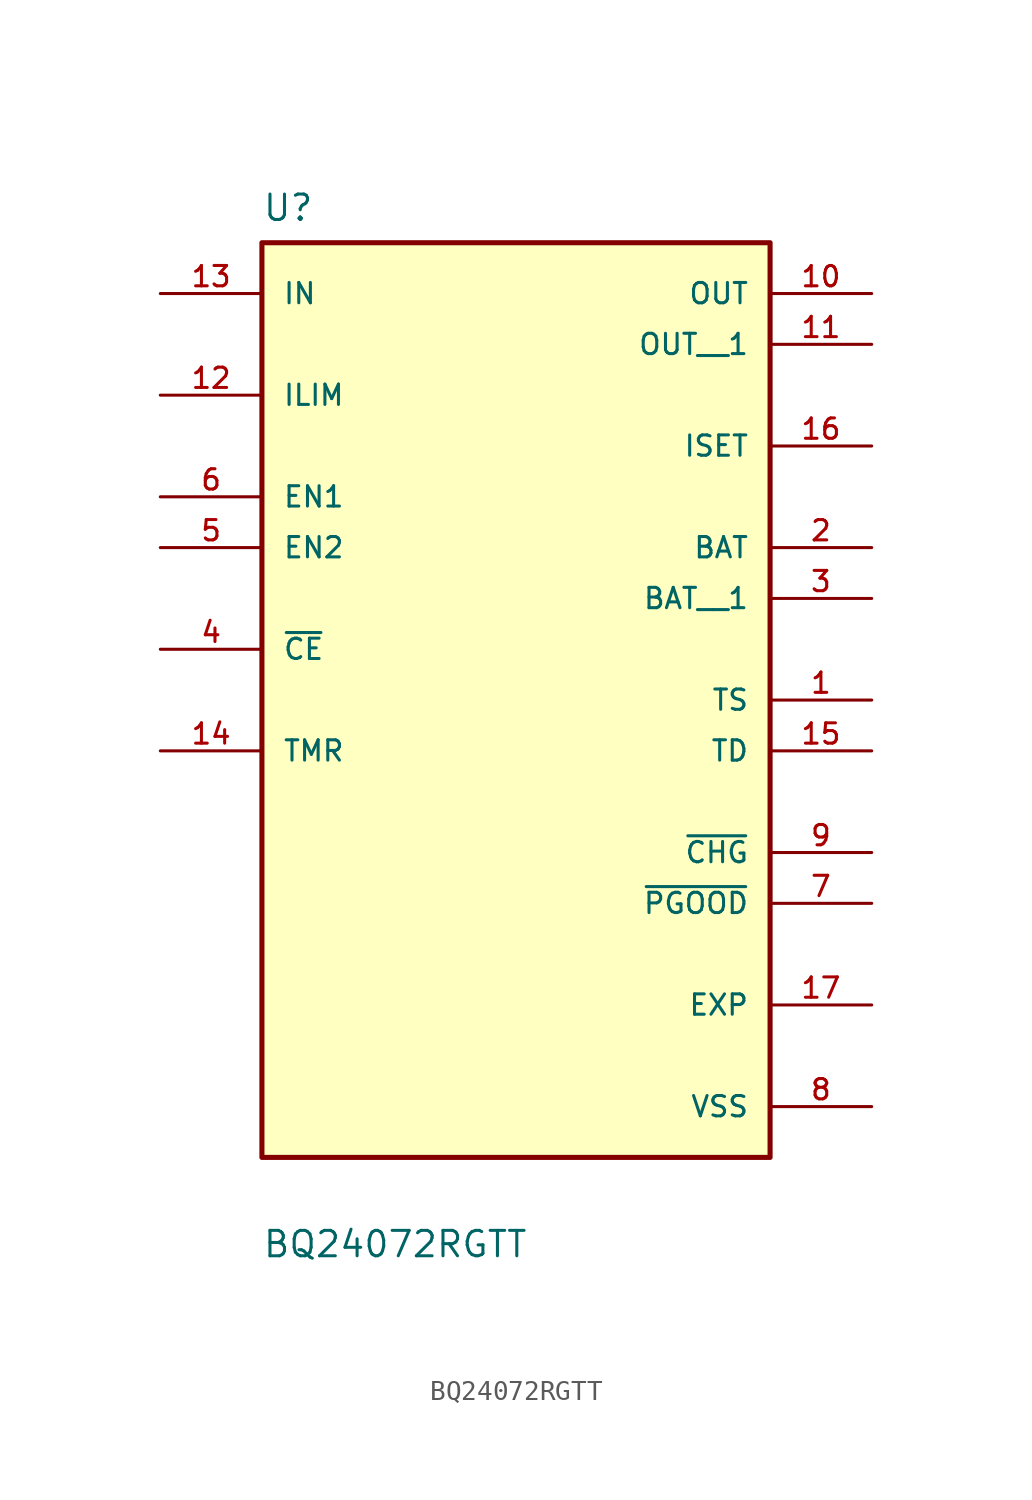
<source format=kicad_sym>
(kicad_symbol_lib
  (version 20211014)
  (generator kicad_symbol_editor)
  (symbol "BQ24072RGTT"
    (pin_names
      (offset 1.016))
    (property "Reference" "U"
      (at -12.7 21.32 0.0)
      (effects (font (size 1.27 1.27)) (justify bottom left)))
    (property "Value" "BQ24072RGTT"
      (at -12.7 -30.48 0.0)
      (effects (font (size 1.27 1.27)) (justify bottom left)))
    (symbol "BQ24072RGTT_0_0"
      (rectangle (start -12.7 -25.4) (end 12.7 20.32) (stroke (width 0.254)) (fill (type background)))
      (pin input line (at -17.78 0.0 0) (length 5.08) (name "~{CE}" (effects (font (size 1.016 1.016)))) (number "4" (effects (font (size 1.016 1.016)))))
      (pin input line (at -17.78 7.62 0) (length 5.08) (name "EN1" (effects (font (size 1.016 1.016)))) (number "6" (effects (font (size 1.016 1.016)))))
      (pin input line (at -17.78 5.08 0) (length 5.08) (name "EN2" (effects (font (size 1.016 1.016)))) (number "5" (effects (font (size 1.016 1.016)))))
      (pin input line (at -17.78 12.7 0) (length 5.08) (name "ILIM" (effects (font (size 1.016 1.016)))) (number "12" (effects (font (size 1.016 1.016)))))
      (pin input line (at -17.78 17.78 0) (length 5.08) (name "IN" (effects (font (size 1.016 1.016)))) (number "13" (effects (font (size 1.016 1.016)))))
      (pin input line (at 17.78 -5.08 180.0) (length 5.08) (name "TD" (effects (font (size 1.016 1.016)))) (number "15" (effects (font (size 1.016 1.016)))))
      (pin input line (at -17.78 -5.08 0) (length 5.08) (name "TMR" (effects (font (size 1.016 1.016)))) (number "14" (effects (font (size 1.016 1.016)))))
      (pin input line (at 17.78 -2.54 180.0) (length 5.08) (name "TS" (effects (font (size 1.016 1.016)))) (number "1" (effects (font (size 1.016 1.016)))))
      (pin bidirectional line (at 17.78 5.08 180.0) (length 5.08) (name "BAT" (effects (font (size 1.016 1.016)))) (number "2" (effects (font (size 1.016 1.016)))))
      (pin power_in line (at 17.78 -17.78 180.0) (length 5.08) (name "EXP" (effects (font (size 1.016 1.016)))) (number "17" (effects (font (size 1.016 1.016)))))
      (pin bidirectional line (at 17.78 10.16 180.0) (length 5.08) (name "ISET" (effects (font (size 1.016 1.016)))) (number "16" (effects (font (size 1.016 1.016)))))
      (pin output line (at 17.78 -10.16 180.0) (length 5.08) (name "~{CHG}" (effects (font (size 1.016 1.016)))) (number "9" (effects (font (size 1.016 1.016)))))
      (pin output line (at 17.78 -12.7 180.0) (length 5.08) (name "~{PGOOD}" (effects (font (size 1.016 1.016)))) (number "7" (effects (font (size 1.016 1.016)))))
      (pin output line (at 17.78 17.78 180.0) (length 5.08) (name "OUT" (effects (font (size 1.016 1.016)))) (number "10" (effects (font (size 1.016 1.016)))))
      (pin power_in line (at 17.78 -22.86 180.0) (length 5.08) (name "VSS" (effects (font (size 1.016 1.016)))) (number "8" (effects (font (size 1.016 1.016)))))
      (pin output line (at 17.78 15.24 180.0) (length 5.08) (name "OUT__1" (effects (font (size 1.016 1.016)))) (number "11" (effects (font (size 1.016 1.016)))))
      (pin bidirectional line (at 17.78 2.54 180.0) (length 5.08) (name "BAT__1" (effects (font (size 1.016 1.016)))) (number "3" (effects (font (size 1.016 1.016))))))))
</source>
